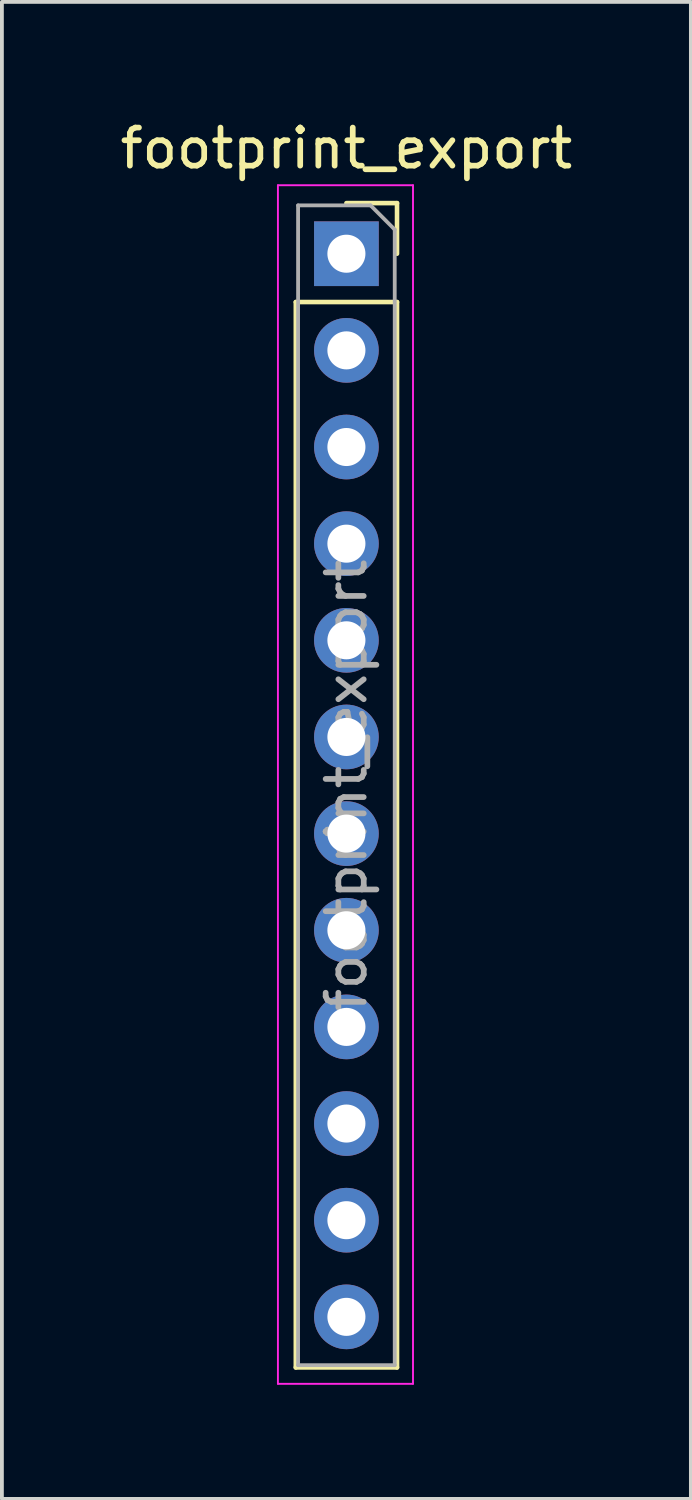
<source format=kicad_pcb>
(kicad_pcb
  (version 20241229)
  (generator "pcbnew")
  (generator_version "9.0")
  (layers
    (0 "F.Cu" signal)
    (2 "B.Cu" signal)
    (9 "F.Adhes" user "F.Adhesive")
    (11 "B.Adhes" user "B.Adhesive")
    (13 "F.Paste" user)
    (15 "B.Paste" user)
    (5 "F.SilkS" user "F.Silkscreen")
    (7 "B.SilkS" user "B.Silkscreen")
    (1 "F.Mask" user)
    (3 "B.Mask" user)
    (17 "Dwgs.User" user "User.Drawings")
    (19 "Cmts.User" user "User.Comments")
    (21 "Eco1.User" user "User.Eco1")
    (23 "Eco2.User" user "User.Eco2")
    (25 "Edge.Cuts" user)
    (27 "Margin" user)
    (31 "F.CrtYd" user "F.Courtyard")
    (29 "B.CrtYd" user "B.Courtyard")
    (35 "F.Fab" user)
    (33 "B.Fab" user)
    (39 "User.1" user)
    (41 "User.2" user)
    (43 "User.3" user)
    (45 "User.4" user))
  (footprint "footprint_export"
    (layer "F.Cu")
    (at 6.054 3.618)
    (property "Reference" "footprint_export" (at 0 -2.77 0) (layer "F.SilkS") (effects (font (size 1 1) (thickness 0.15))))
    (attr through_hole)
    (fp_line (start -1.33 1.27) (end -1.33 29.27) (stroke (width 0.12) (type solid)) (layer "F.SilkS"))
    (fp_line (start -1.33 1.27) (end 1.33 1.27) (stroke (width 0.12) (type solid)) (layer "F.SilkS"))
    (fp_line (start -1.33 29.27) (end 1.33 29.27) (stroke (width 0.12) (type solid)) (layer "F.SilkS"))
    (fp_line (start 0 -1.33) (end 1.33 -1.33) (stroke (width 0.12) (type solid)) (layer "F.SilkS"))
    (fp_line (start 1.33 -1.33) (end 1.33 0) (stroke (width 0.12) (type solid)) (layer "F.SilkS"))
    (fp_line (start 1.33 1.27) (end 1.33 29.27) (stroke (width 0.12) (type solid)) (layer "F.SilkS"))
    (fp_line (start -1.8 -1.8) (end 1.75 -1.8) (stroke (width 0.05) (type solid)) (layer "F.CrtYd"))
    (fp_line (start -1.8 29.7) (end -1.8 -1.8) (stroke (width 0.05) (type solid)) (layer "F.CrtYd"))
    (fp_line (start 1.75 -1.8) (end 1.75 29.7) (stroke (width 0.05) (type solid)) (layer "F.CrtYd"))
    (fp_line (start 1.75 29.7) (end -1.8 29.7) (stroke (width 0.05) (type solid)) (layer "F.CrtYd"))
    (fp_line (start -1.27 -1.27) (end 0.635 -1.27) (stroke (width 0.1) (type solid)) (layer "F.Fab"))
    (fp_line (start -1.27 29.21) (end -1.27 -1.27) (stroke (width 0.1) (type solid)) (layer "F.Fab"))
    (fp_line (start 0.635 -1.27) (end 1.27 -0.635) (stroke (width 0.1) (type solid)) (layer "F.Fab"))
    (fp_line (start 1.27 -0.635) (end 1.27 29.21) (stroke (width 0.1) (type solid)) (layer "F.Fab"))
    (fp_line (start 1.27 29.21) (end -1.27 29.21) (stroke (width 0.1) (type solid)) (layer "F.Fab"))
    (fp_text user "${REFERENCE}" (at 0 13.97 90) (layer "F.Fab") (effects (font (size 1 1) (thickness 0.15))))
    (pad "1" thru_hole rect (at 0 0) (size 1.7 1.7) (drill 1) (layers "*.Cu" "*.Mask"))
    (pad "2" thru_hole oval (at 0 2.54) (size 1.7 1.7) (drill 1) (layers "*.Cu" "*.Mask"))
    (pad "3" thru_hole oval (at 0 5.08) (size 1.7 1.7) (drill 1) (layers "*.Cu" "*.Mask"))
    (pad "4" thru_hole oval (at 0 7.62) (size 1.7 1.7) (drill 1) (layers "*.Cu" "*.Mask"))
    (pad "5" thru_hole oval (at 0 10.16) (size 1.7 1.7) (drill 1) (layers "*.Cu" "*.Mask"))
    (pad "6" thru_hole oval (at 0 12.7) (size 1.7 1.7) (drill 1) (layers "*.Cu" "*.Mask"))
    (pad "7" thru_hole oval (at 0 15.24) (size 1.7 1.7) (drill 1) (layers "*.Cu" "*.Mask"))
    (pad "8" thru_hole oval (at 0 17.78) (size 1.7 1.7) (drill 1) (layers "*.Cu" "*.Mask"))
    (pad "9" thru_hole oval (at 0 20.32) (size 1.7 1.7) (drill 1) (layers "*.Cu" "*.Mask"))
    (pad "10" thru_hole oval (at 0 22.86) (size 1.7 1.7) (drill 1) (layers "*.Cu" "*.Mask"))
    (pad "11" thru_hole oval (at 0 25.4) (size 1.7 1.7) (drill 1) (layers "*.Cu" "*.Mask"))
    (pad "12" thru_hole oval (at 0 27.94) (size 1.7 1.7) (drill 1) (layers "*.Cu" "*.Mask")))
  (gr_rect
    (start -3 -3)
    (end 15.107 36.343)
    (stroke (width 0.1) (type default))
    (fill no)
    (layer "Edge.Cuts")))
</source>
